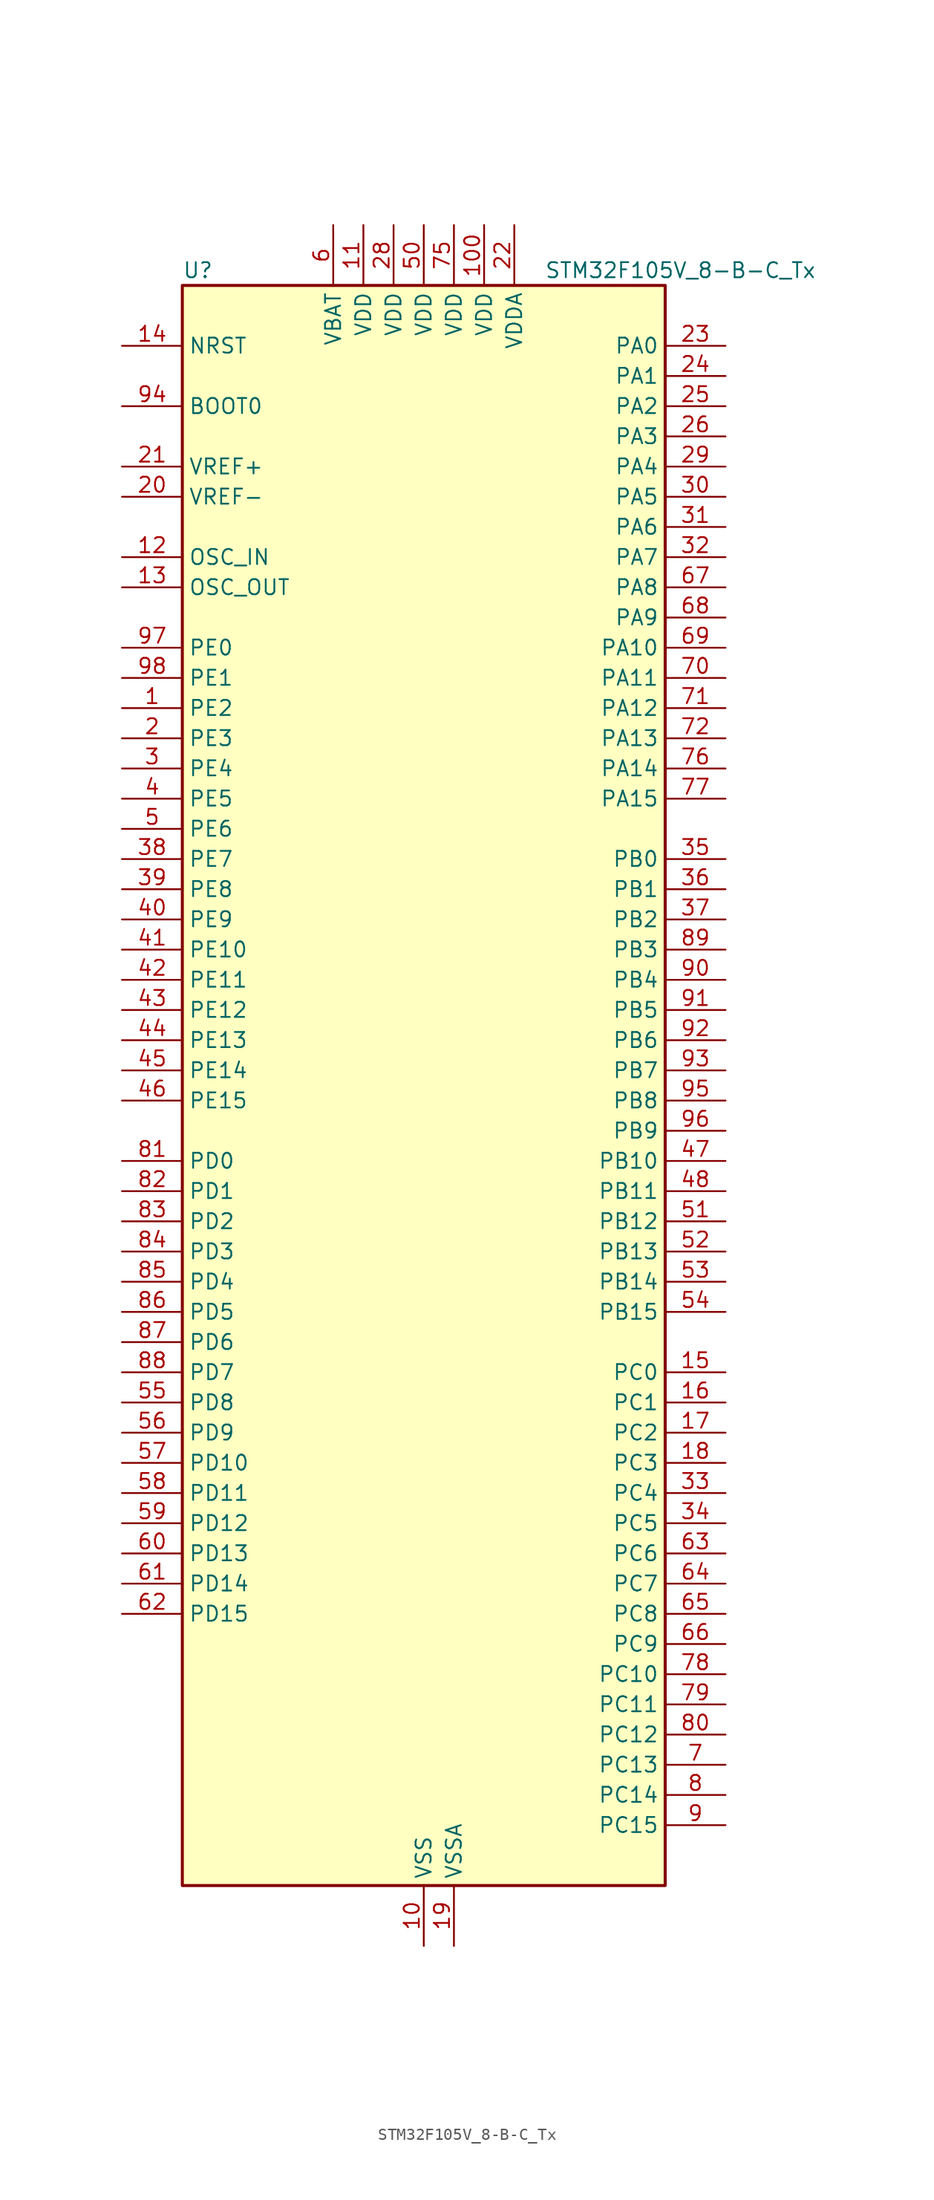
<source format=kicad_sym>
(kicad_symbol_lib
  (version 20241209)
  (generator "kicad_symbol_editor")
  (generator_version "9.0")
  (symbol "STM32F105V_8-B-C_Tx"
    (property "Reference" "U"
      (at -20.32 69.85 0)
      (effects (font (size 1.27 1.27)) (justify left)))
    (property "Value" "STM32F105V_8-B-C_Tx"
      (at 10.16 69.85 0)
      (effects (font (size 1.27 1.27)) (justify left)))
    (symbol "STM32F105V_8-B-C_Tx_0_1"
      (rectangle (start -20.32 -66.04) (end 20.32 68.58) (stroke (width 0.254) (type default)) (fill (type background))))
    (symbol "STM32F105V_8-B-C_Tx_1_1"
      (pin input line (at -25.4 63.5 0) (length 5.08) (name "NRST" (effects (font (size 1.27 1.27)))) (number "14" (effects (font (size 1.27 1.27)))))
      (pin input line (at -25.4 58.42 0) (length 5.08) (name "BOOT0" (effects (font (size 1.27 1.27)))) (number "94" (effects (font (size 1.27 1.27)))))
      (pin input line (at -25.4 53.34 0) (length 5.08) (name "VREF+" (effects (font (size 1.27 1.27)))) (number "21" (effects (font (size 1.27 1.27)))))
      (pin input line (at -25.4 50.8 0) (length 5.08) (name "VREF-" (effects (font (size 1.27 1.27)))) (number "20" (effects (font (size 1.27 1.27)))))
      (pin input line (at -25.4 45.72 0) (length 5.08) (name "OSC_IN" (effects (font (size 1.27 1.27)))) (number "12" (effects (font (size 1.27 1.27)))) (alternate "RCC_OSC_IN" bidirectional line))
      (pin input line (at -25.4 43.18 0) (length 5.08) (name "OSC_OUT" (effects (font (size 1.27 1.27)))) (number "13" (effects (font (size 1.27 1.27)))) (alternate "RCC_OSC_OUT" bidirectional line))
      (pin bidirectional line (at -25.4 38.1 0) (length 5.08) (name "PE0" (effects (font (size 1.27 1.27)))) (number "97" (effects (font (size 1.27 1.27)))) (alternate "TIM4_ETR" bidirectional line))
      (pin bidirectional line (at -25.4 35.56 0) (length 5.08) (name "PE1" (effects (font (size 1.27 1.27)))) (number "98" (effects (font (size 1.27 1.27)))))
      (pin bidirectional line (at -25.4 33.02 0) (length 5.08) (name "PE2" (effects (font (size 1.27 1.27)))) (number "1" (effects (font (size 1.27 1.27)))) (alternate "SYS_TRACECLK" bidirectional line))
      (pin bidirectional line (at -25.4 30.48 0) (length 5.08) (name "PE3" (effects (font (size 1.27 1.27)))) (number "2" (effects (font (size 1.27 1.27)))) (alternate "SYS_TRACED0" bidirectional line))
      (pin bidirectional line (at -25.4 27.94 0) (length 5.08) (name "PE4" (effects (font (size 1.27 1.27)))) (number "3" (effects (font (size 1.27 1.27)))) (alternate "SYS_TRACED1" bidirectional line))
      (pin bidirectional line (at -25.4 25.4 0) (length 5.08) (name "PE5" (effects (font (size 1.27 1.27)))) (number "4" (effects (font (size 1.27 1.27)))) (alternate "SYS_TRACED2" bidirectional line))
      (pin bidirectional line (at -25.4 22.86 0) (length 5.08) (name "PE6" (effects (font (size 1.27 1.27)))) (number "5" (effects (font (size 1.27 1.27)))) (alternate "SYS_TRACED3" bidirectional line))
      (pin bidirectional line (at -25.4 20.32 0) (length 5.08) (name "PE7" (effects (font (size 1.27 1.27)))) (number "38" (effects (font (size 1.27 1.27)))) (alternate "TIM1_ETR" bidirectional line))
      (pin bidirectional line (at -25.4 17.78 0) (length 5.08) (name "PE8" (effects (font (size 1.27 1.27)))) (number "39" (effects (font (size 1.27 1.27)))) (alternate "TIM1_CH1N" bidirectional line))
      (pin bidirectional line (at -25.4 15.24 0) (length 5.08) (name "PE9" (effects (font (size 1.27 1.27)))) (number "40" (effects (font (size 1.27 1.27)))) (alternate "DAC_EXTI9" bidirectional line) (alternate "TIM1_CH1" bidirectional line))
      (pin bidirectional line (at -25.4 12.7 0) (length 5.08) (name "PE10" (effects (font (size 1.27 1.27)))) (number "41" (effects (font (size 1.27 1.27)))) (alternate "TIM1_CH2N" bidirectional line))
      (pin bidirectional line (at -25.4 10.16 0) (length 5.08) (name "PE11" (effects (font (size 1.27 1.27)))) (number "42" (effects (font (size 1.27 1.27)))) (alternate "ADC1_EXTI11" bidirectional line) (alternate "ADC2_EXTI11" bidirectional line) (alternate "TIM1_CH2" bidirectional line))
      (pin bidirectional line (at -25.4 7.62 0) (length 5.08) (name "PE12" (effects (font (size 1.27 1.27)))) (number "43" (effects (font (size 1.27 1.27)))) (alternate "TIM1_CH3N" bidirectional line))
      (pin bidirectional line (at -25.4 5.08 0) (length 5.08) (name "PE13" (effects (font (size 1.27 1.27)))) (number "44" (effects (font (size 1.27 1.27)))) (alternate "TIM1_CH3" bidirectional line))
      (pin bidirectional line (at -25.4 2.54 0) (length 5.08) (name "PE14" (effects (font (size 1.27 1.27)))) (number "45" (effects (font (size 1.27 1.27)))) (alternate "TIM1_CH4" bidirectional line))
      (pin bidirectional line (at -25.4 0 0) (length 5.08) (name "PE15" (effects (font (size 1.27 1.27)))) (number "46" (effects (font (size 1.27 1.27)))) (alternate "ADC1_EXTI15" bidirectional line) (alternate "ADC2_EXTI15" bidirectional line) (alternate "TIM1_BKIN" bidirectional line))
      (pin bidirectional line (at -25.4 -5.08 0) (length 5.08) (name "PD0" (effects (font (size 1.27 1.27)))) (number "81" (effects (font (size 1.27 1.27)))) (alternate "CAN1_RX" bidirectional line))
      (pin bidirectional line (at -25.4 -7.62 0) (length 5.08) (name "PD1" (effects (font (size 1.27 1.27)))) (number "82" (effects (font (size 1.27 1.27)))) (alternate "CAN1_TX" bidirectional line))
      (pin bidirectional line (at -25.4 -10.16 0) (length 5.08) (name "PD2" (effects (font (size 1.27 1.27)))) (number "83" (effects (font (size 1.27 1.27)))) (alternate "TIM3_ETR" bidirectional line) (alternate "UART5_RX" bidirectional line))
      (pin bidirectional line (at -25.4 -12.7 0) (length 5.08) (name "PD3" (effects (font (size 1.27 1.27)))) (number "84" (effects (font (size 1.27 1.27)))) (alternate "USART2_CTS" bidirectional line))
      (pin bidirectional line (at -25.4 -15.24 0) (length 5.08) (name "PD4" (effects (font (size 1.27 1.27)))) (number "85" (effects (font (size 1.27 1.27)))) (alternate "USART2_RTS" bidirectional line))
      (pin bidirectional line (at -25.4 -17.78 0) (length 5.08) (name "PD5" (effects (font (size 1.27 1.27)))) (number "86" (effects (font (size 1.27 1.27)))) (alternate "USART2_TX" bidirectional line))
      (pin bidirectional line (at -25.4 -20.32 0) (length 5.08) (name "PD6" (effects (font (size 1.27 1.27)))) (number "87" (effects (font (size 1.27 1.27)))) (alternate "USART2_RX" bidirectional line))
      (pin bidirectional line (at -25.4 -22.86 0) (length 5.08) (name "PD7" (effects (font (size 1.27 1.27)))) (number "88" (effects (font (size 1.27 1.27)))) (alternate "USART2_CK" bidirectional line))
      (pin bidirectional line (at -25.4 -25.4 0) (length 5.08) (name "PD8" (effects (font (size 1.27 1.27)))) (number "55" (effects (font (size 1.27 1.27)))) (alternate "USART3_TX" bidirectional line))
      (pin bidirectional line (at -25.4 -27.94 0) (length 5.08) (name "PD9" (effects (font (size 1.27 1.27)))) (number "56" (effects (font (size 1.27 1.27)))) (alternate "DAC_EXTI9" bidirectional line) (alternate "USART3_RX" bidirectional line))
      (pin bidirectional line (at -25.4 -30.48 0) (length 5.08) (name "PD10" (effects (font (size 1.27 1.27)))) (number "57" (effects (font (size 1.27 1.27)))) (alternate "USART3_CK" bidirectional line))
      (pin bidirectional line (at -25.4 -33.02 0) (length 5.08) (name "PD11" (effects (font (size 1.27 1.27)))) (number "58" (effects (font (size 1.27 1.27)))) (alternate "ADC1_EXTI11" bidirectional line) (alternate "ADC2_EXTI11" bidirectional line) (alternate "USART3_CTS" bidirectional line))
      (pin bidirectional line (at -25.4 -35.56 0) (length 5.08) (name "PD12" (effects (font (size 1.27 1.27)))) (number "59" (effects (font (size 1.27 1.27)))) (alternate "TIM4_CH1" bidirectional line) (alternate "USART3_RTS" bidirectional line))
      (pin bidirectional line (at -25.4 -38.1 0) (length 5.08) (name "PD13" (effects (font (size 1.27 1.27)))) (number "60" (effects (font (size 1.27 1.27)))) (alternate "TIM4_CH2" bidirectional line))
      (pin bidirectional line (at -25.4 -40.64 0) (length 5.08) (name "PD14" (effects (font (size 1.27 1.27)))) (number "61" (effects (font (size 1.27 1.27)))) (alternate "TIM4_CH3" bidirectional line))
      (pin bidirectional line (at -25.4 -43.18 0) (length 5.08) (name "PD15" (effects (font (size 1.27 1.27)))) (number "62" (effects (font (size 1.27 1.27)))) (alternate "ADC1_EXTI15" bidirectional line) (alternate "ADC2_EXTI15" bidirectional line) (alternate "TIM4_CH4" bidirectional line))
      (pin no_connect line (at -20.32 -66.04 0) (length 5.08) (hide yes) (name "NC" (effects (font (size 1.27 1.27)))) (number "73" (effects (font (size 1.27 1.27)))))
      (pin power_in line (at -7.62 73.66 270) (length 5.08) (name "VBAT" (effects (font (size 1.27 1.27)))) (number "6" (effects (font (size 1.27 1.27)))))
      (pin power_in line (at -5.08 73.66 270) (length 5.08) (name "VDD" (effects (font (size 1.27 1.27)))) (number "11" (effects (font (size 1.27 1.27)))))
      (pin power_in line (at -2.54 73.66 270) (length 5.08) (name "VDD" (effects (font (size 1.27 1.27)))) (number "28" (effects (font (size 1.27 1.27)))))
      (pin power_in line (at 0 73.66 270) (length 5.08) (name "VDD" (effects (font (size 1.27 1.27)))) (number "50" (effects (font (size 1.27 1.27)))))
      (pin power_in line (at 0 -71.12 90) (length 5.08) (name "VSS" (effects (font (size 1.27 1.27)))) (number "10" (effects (font (size 1.27 1.27)))))
      (pin passive line (at 0 -71.12 90) (length 5.08) (hide yes) (name "VSS" (effects (font (size 1.27 1.27)))) (number "27" (effects (font (size 1.27 1.27)))))
      (pin passive line (at 0 -71.12 90) (length 5.08) (hide yes) (name "VSS" (effects (font (size 1.27 1.27)))) (number "49" (effects (font (size 1.27 1.27)))))
      (pin passive line (at 0 -71.12 90) (length 5.08) (hide yes) (name "VSS" (effects (font (size 1.27 1.27)))) (number "74" (effects (font (size 1.27 1.27)))))
      (pin passive line (at 0 -71.12 90) (length 5.08) (hide yes) (name "VSS" (effects (font (size 1.27 1.27)))) (number "99" (effects (font (size 1.27 1.27)))))
      (pin power_in line (at 2.54 73.66 270) (length 5.08) (name "VDD" (effects (font (size 1.27 1.27)))) (number "75" (effects (font (size 1.27 1.27)))))
      (pin power_in line (at 2.54 -71.12 90) (length 5.08) (name "VSSA" (effects (font (size 1.27 1.27)))) (number "19" (effects (font (size 1.27 1.27)))))
      (pin power_in line (at 5.08 73.66 270) (length 5.08) (name "VDD" (effects (font (size 1.27 1.27)))) (number "100" (effects (font (size 1.27 1.27)))))
      (pin power_in line (at 7.62 73.66 270) (length 5.08) (name "VDDA" (effects (font (size 1.27 1.27)))) (number "22" (effects (font (size 1.27 1.27)))))
      (pin bidirectional line (at 25.4 63.5 180) (length 5.08) (name "PA0" (effects (font (size 1.27 1.27)))) (number "23" (effects (font (size 1.27 1.27)))) (alternate "ADC1_IN0" bidirectional line) (alternate "ADC2_IN0" bidirectional line) (alternate "SYS_WKUP" bidirectional line) (alternate "TIM2_CH1" bidirectional line) (alternate "TIM2_ETR" bidirectional line) (alternate "TIM5_CH1" bidirectional line) (alternate "USART2_CTS" bidirectional line))
      (pin bidirectional line (at 25.4 60.96 180) (length 5.08) (name "PA1" (effects (font (size 1.27 1.27)))) (number "24" (effects (font (size 1.27 1.27)))) (alternate "ADC1_IN1" bidirectional line) (alternate "ADC2_IN1" bidirectional line) (alternate "TIM2_CH2" bidirectional line) (alternate "TIM5_CH2" bidirectional line) (alternate "USART2_RTS" bidirectional line))
      (pin bidirectional line (at 25.4 58.42 180) (length 5.08) (name "PA2" (effects (font (size 1.27 1.27)))) (number "25" (effects (font (size 1.27 1.27)))) (alternate "ADC1_IN2" bidirectional line) (alternate "ADC2_IN2" bidirectional line) (alternate "TIM2_CH3" bidirectional line) (alternate "TIM5_CH3" bidirectional line) (alternate "USART2_TX" bidirectional line))
      (pin bidirectional line (at 25.4 55.88 180) (length 5.08) (name "PA3" (effects (font (size 1.27 1.27)))) (number "26" (effects (font (size 1.27 1.27)))) (alternate "ADC1_IN3" bidirectional line) (alternate "ADC2_IN3" bidirectional line) (alternate "TIM2_CH4" bidirectional line) (alternate "TIM5_CH4" bidirectional line) (alternate "USART2_RX" bidirectional line))
      (pin bidirectional line (at 25.4 53.34 180) (length 5.08) (name "PA4" (effects (font (size 1.27 1.27)))) (number "29" (effects (font (size 1.27 1.27)))) (alternate "ADC1_IN4" bidirectional line) (alternate "ADC2_IN4" bidirectional line) (alternate "DAC_OUT1" bidirectional line) (alternate "I2S3_WS" bidirectional line) (alternate "SPI1_NSS" bidirectional line) (alternate "SPI3_NSS" bidirectional line) (alternate "USART2_CK" bidirectional line))
      (pin bidirectional line (at 25.4 50.8 180) (length 5.08) (name "PA5" (effects (font (size 1.27 1.27)))) (number "30" (effects (font (size 1.27 1.27)))) (alternate "ADC1_IN5" bidirectional line) (alternate "ADC2_IN5" bidirectional line) (alternate "DAC_OUT2" bidirectional line) (alternate "SPI1_SCK" bidirectional line))
      (pin bidirectional line (at 25.4 48.26 180) (length 5.08) (name "PA6" (effects (font (size 1.27 1.27)))) (number "31" (effects (font (size 1.27 1.27)))) (alternate "ADC1_IN6" bidirectional line) (alternate "ADC2_IN6" bidirectional line) (alternate "SPI1_MISO" bidirectional line) (alternate "TIM1_BKIN" bidirectional line) (alternate "TIM3_CH1" bidirectional line))
      (pin bidirectional line (at 25.4 45.72 180) (length 5.08) (name "PA7" (effects (font (size 1.27 1.27)))) (number "32" (effects (font (size 1.27 1.27)))) (alternate "ADC1_IN7" bidirectional line) (alternate "ADC2_IN7" bidirectional line) (alternate "SPI1_MOSI" bidirectional line) (alternate "TIM1_CH1N" bidirectional line) (alternate "TIM3_CH2" bidirectional line))
      (pin bidirectional line (at 25.4 43.18 180) (length 5.08) (name "PA8" (effects (font (size 1.27 1.27)))) (number "67" (effects (font (size 1.27 1.27)))) (alternate "RCC_MCO" bidirectional line) (alternate "TIM1_CH1" bidirectional line) (alternate "USART1_CK" bidirectional line) (alternate "USB_OTG_FS_SOF" bidirectional line))
      (pin bidirectional line (at 25.4 40.64 180) (length 5.08) (name "PA9" (effects (font (size 1.27 1.27)))) (number "68" (effects (font (size 1.27 1.27)))) (alternate "DAC_EXTI9" bidirectional line) (alternate "TIM1_CH2" bidirectional line) (alternate "USART1_TX" bidirectional line) (alternate "USB_OTG_FS_VBUS" bidirectional line))
      (pin bidirectional line (at 25.4 38.1 180) (length 5.08) (name "PA10" (effects (font (size 1.27 1.27)))) (number "69" (effects (font (size 1.27 1.27)))) (alternate "TIM1_CH3" bidirectional line) (alternate "USART1_RX" bidirectional line) (alternate "USB_OTG_FS_ID" bidirectional line))
      (pin bidirectional line (at 25.4 35.56 180) (length 5.08) (name "PA11" (effects (font (size 1.27 1.27)))) (number "70" (effects (font (size 1.27 1.27)))) (alternate "ADC1_EXTI11" bidirectional line) (alternate "ADC2_EXTI11" bidirectional line) (alternate "CAN1_RX" bidirectional line) (alternate "TIM1_CH4" bidirectional line) (alternate "USART1_CTS" bidirectional line) (alternate "USB_OTG_FS_DM" bidirectional line))
      (pin bidirectional line (at 25.4 33.02 180) (length 5.08) (name "PA12" (effects (font (size 1.27 1.27)))) (number "71" (effects (font (size 1.27 1.27)))) (alternate "CAN1_TX" bidirectional line) (alternate "TIM1_ETR" bidirectional line) (alternate "USART1_RTS" bidirectional line) (alternate "USB_OTG_FS_DP" bidirectional line))
      (pin bidirectional line (at 25.4 30.48 180) (length 5.08) (name "PA13" (effects (font (size 1.27 1.27)))) (number "72" (effects (font (size 1.27 1.27)))) (alternate "SYS_JTMS-SWDIO" bidirectional line))
      (pin bidirectional line (at 25.4 27.94 180) (length 5.08) (name "PA14" (effects (font (size 1.27 1.27)))) (number "76" (effects (font (size 1.27 1.27)))) (alternate "SYS_JTCK-SWCLK" bidirectional line))
      (pin bidirectional line (at 25.4 25.4 180) (length 5.08) (name "PA15" (effects (font (size 1.27 1.27)))) (number "77" (effects (font (size 1.27 1.27)))) (alternate "ADC1_EXTI15" bidirectional line) (alternate "ADC2_EXTI15" bidirectional line) (alternate "I2S3_WS" bidirectional line) (alternate "SPI1_NSS" bidirectional line) (alternate "SPI3_NSS" bidirectional line) (alternate "SYS_JTDI" bidirectional line) (alternate "TIM2_CH1" bidirectional line) (alternate "TIM2_ETR" bidirectional line))
      (pin bidirectional line (at 25.4 20.32 180) (length 5.08) (name "PB0" (effects (font (size 1.27 1.27)))) (number "35" (effects (font (size 1.27 1.27)))) (alternate "ADC1_IN8" bidirectional line) (alternate "ADC2_IN8" bidirectional line) (alternate "TIM1_CH2N" bidirectional line) (alternate "TIM3_CH3" bidirectional line))
      (pin bidirectional line (at 25.4 17.78 180) (length 5.08) (name "PB1" (effects (font (size 1.27 1.27)))) (number "36" (effects (font (size 1.27 1.27)))) (alternate "ADC1_IN9" bidirectional line) (alternate "ADC2_IN9" bidirectional line) (alternate "TIM1_CH3N" bidirectional line) (alternate "TIM3_CH4" bidirectional line))
      (pin bidirectional line (at 25.4 15.24 180) (length 5.08) (name "PB2" (effects (font (size 1.27 1.27)))) (number "37" (effects (font (size 1.27 1.27)))))
      (pin bidirectional line (at 25.4 12.7 180) (length 5.08) (name "PB3" (effects (font (size 1.27 1.27)))) (number "89" (effects (font (size 1.27 1.27)))) (alternate "I2S3_CK" bidirectional line) (alternate "SPI1_SCK" bidirectional line) (alternate "SPI3_SCK" bidirectional line) (alternate "SYS_JTDO" bidirectional line) (alternate "SYS_TRACESWO" bidirectional line) (alternate "TIM2_CH2" bidirectional line))
      (pin bidirectional line (at 25.4 10.16 180) (length 5.08) (name "PB4" (effects (font (size 1.27 1.27)))) (number "90" (effects (font (size 1.27 1.27)))) (alternate "SPI1_MISO" bidirectional line) (alternate "SPI3_MISO" bidirectional line) (alternate "SYS_NJTRST" bidirectional line) (alternate "TIM3_CH1" bidirectional line))
      (pin bidirectional line (at 25.4 7.62 180) (length 5.08) (name "PB5" (effects (font (size 1.27 1.27)))) (number "91" (effects (font (size 1.27 1.27)))) (alternate "CAN2_RX" bidirectional line) (alternate "I2C1_SMBA" bidirectional line) (alternate "I2S3_SD" bidirectional line) (alternate "SPI1_MOSI" bidirectional line) (alternate "SPI3_MOSI" bidirectional line) (alternate "TIM3_CH2" bidirectional line))
      (pin bidirectional line (at 25.4 5.08 180) (length 5.08) (name "PB6" (effects (font (size 1.27 1.27)))) (number "92" (effects (font (size 1.27 1.27)))) (alternate "CAN2_TX" bidirectional line) (alternate "I2C1_SCL" bidirectional line) (alternate "TIM4_CH1" bidirectional line) (alternate "USART1_TX" bidirectional line))
      (pin bidirectional line (at 25.4 2.54 180) (length 5.08) (name "PB7" (effects (font (size 1.27 1.27)))) (number "93" (effects (font (size 1.27 1.27)))) (alternate "I2C1_SDA" bidirectional line) (alternate "TIM4_CH2" bidirectional line) (alternate "USART1_RX" bidirectional line))
      (pin bidirectional line (at 25.4 0 180) (length 5.08) (name "PB8" (effects (font (size 1.27 1.27)))) (number "95" (effects (font (size 1.27 1.27)))) (alternate "CAN1_RX" bidirectional line) (alternate "I2C1_SCL" bidirectional line) (alternate "TIM4_CH3" bidirectional line))
      (pin bidirectional line (at 25.4 -2.54 180) (length 5.08) (name "PB9" (effects (font (size 1.27 1.27)))) (number "96" (effects (font (size 1.27 1.27)))) (alternate "CAN1_TX" bidirectional line) (alternate "DAC_EXTI9" bidirectional line) (alternate "I2C1_SDA" bidirectional line) (alternate "TIM4_CH4" bidirectional line))
      (pin bidirectional line (at 25.4 -5.08 180) (length 5.08) (name "PB10" (effects (font (size 1.27 1.27)))) (number "47" (effects (font (size 1.27 1.27)))) (alternate "I2C2_SCL" bidirectional line) (alternate "TIM2_CH3" bidirectional line) (alternate "USART3_TX" bidirectional line))
      (pin bidirectional line (at 25.4 -7.62 180) (length 5.08) (name "PB11" (effects (font (size 1.27 1.27)))) (number "48" (effects (font (size 1.27 1.27)))) (alternate "ADC1_EXTI11" bidirectional line) (alternate "ADC2_EXTI11" bidirectional line) (alternate "I2C2_SDA" bidirectional line) (alternate "TIM2_CH4" bidirectional line) (alternate "USART3_RX" bidirectional line))
      (pin bidirectional line (at 25.4 -10.16 180) (length 5.08) (name "PB12" (effects (font (size 1.27 1.27)))) (number "51" (effects (font (size 1.27 1.27)))) (alternate "CAN2_RX" bidirectional line) (alternate "I2C2_SMBA" bidirectional line) (alternate "I2S2_WS" bidirectional line) (alternate "SPI2_NSS" bidirectional line) (alternate "TIM1_BKIN" bidirectional line) (alternate "USART3_CK" bidirectional line))
      (pin bidirectional line (at 25.4 -12.7 180) (length 5.08) (name "PB13" (effects (font (size 1.27 1.27)))) (number "52" (effects (font (size 1.27 1.27)))) (alternate "CAN2_TX" bidirectional line) (alternate "I2S2_CK" bidirectional line) (alternate "SPI2_SCK" bidirectional line) (alternate "TIM1_CH1N" bidirectional line) (alternate "USART3_CTS" bidirectional line))
      (pin bidirectional line (at 25.4 -15.24 180) (length 5.08) (name "PB14" (effects (font (size 1.27 1.27)))) (number "53" (effects (font (size 1.27 1.27)))) (alternate "SPI2_MISO" bidirectional line) (alternate "TIM1_CH2N" bidirectional line) (alternate "USART3_RTS" bidirectional line))
      (pin bidirectional line (at 25.4 -17.78 180) (length 5.08) (name "PB15" (effects (font (size 1.27 1.27)))) (number "54" (effects (font (size 1.27 1.27)))) (alternate "ADC1_EXTI15" bidirectional line) (alternate "ADC2_EXTI15" bidirectional line) (alternate "I2S2_SD" bidirectional line) (alternate "SPI2_MOSI" bidirectional line) (alternate "TIM1_CH3N" bidirectional line))
      (pin bidirectional line (at 25.4 -22.86 180) (length 5.08) (name "PC0" (effects (font (size 1.27 1.27)))) (number "15" (effects (font (size 1.27 1.27)))) (alternate "ADC1_IN10" bidirectional line) (alternate "ADC2_IN10" bidirectional line))
      (pin bidirectional line (at 25.4 -25.4 180) (length 5.08) (name "PC1" (effects (font (size 1.27 1.27)))) (number "16" (effects (font (size 1.27 1.27)))) (alternate "ADC1_IN11" bidirectional line) (alternate "ADC2_IN11" bidirectional line))
      (pin bidirectional line (at 25.4 -27.94 180) (length 5.08) (name "PC2" (effects (font (size 1.27 1.27)))) (number "17" (effects (font (size 1.27 1.27)))) (alternate "ADC1_IN12" bidirectional line) (alternate "ADC2_IN12" bidirectional line))
      (pin bidirectional line (at 25.4 -30.48 180) (length 5.08) (name "PC3" (effects (font (size 1.27 1.27)))) (number "18" (effects (font (size 1.27 1.27)))) (alternate "ADC1_IN13" bidirectional line) (alternate "ADC2_IN13" bidirectional line))
      (pin bidirectional line (at 25.4 -33.02 180) (length 5.08) (name "PC4" (effects (font (size 1.27 1.27)))) (number "33" (effects (font (size 1.27 1.27)))) (alternate "ADC1_IN14" bidirectional line) (alternate "ADC2_IN14" bidirectional line))
      (pin bidirectional line (at 25.4 -35.56 180) (length 5.08) (name "PC5" (effects (font (size 1.27 1.27)))) (number "34" (effects (font (size 1.27 1.27)))) (alternate "ADC1_IN15" bidirectional line) (alternate "ADC2_IN15" bidirectional line))
      (pin bidirectional line (at 25.4 -38.1 180) (length 5.08) (name "PC6" (effects (font (size 1.27 1.27)))) (number "63" (effects (font (size 1.27 1.27)))) (alternate "I2S2_MCK" bidirectional line) (alternate "TIM3_CH1" bidirectional line))
      (pin bidirectional line (at 25.4 -40.64 180) (length 5.08) (name "PC7" (effects (font (size 1.27 1.27)))) (number "64" (effects (font (size 1.27 1.27)))) (alternate "I2S3_MCK" bidirectional line) (alternate "TIM3_CH2" bidirectional line))
      (pin bidirectional line (at 25.4 -43.18 180) (length 5.08) (name "PC8" (effects (font (size 1.27 1.27)))) (number "65" (effects (font (size 1.27 1.27)))) (alternate "TIM3_CH3" bidirectional line))
      (pin bidirectional line (at 25.4 -45.72 180) (length 5.08) (name "PC9" (effects (font (size 1.27 1.27)))) (number "66" (effects (font (size 1.27 1.27)))) (alternate "DAC_EXTI9" bidirectional line) (alternate "TIM3_CH4" bidirectional line))
      (pin bidirectional line (at 25.4 -48.26 180) (length 5.08) (name "PC10" (effects (font (size 1.27 1.27)))) (number "78" (effects (font (size 1.27 1.27)))) (alternate "I2S3_CK" bidirectional line) (alternate "SPI3_SCK" bidirectional line) (alternate "UART4_TX" bidirectional line) (alternate "USART3_TX" bidirectional line))
      (pin bidirectional line (at 25.4 -50.8 180) (length 5.08) (name "PC11" (effects (font (size 1.27 1.27)))) (number "79" (effects (font (size 1.27 1.27)))) (alternate "ADC1_EXTI11" bidirectional line) (alternate "ADC2_EXTI11" bidirectional line) (alternate "SPI3_MISO" bidirectional line) (alternate "UART4_RX" bidirectional line) (alternate "USART3_RX" bidirectional line))
      (pin bidirectional line (at 25.4 -53.34 180) (length 5.08) (name "PC12" (effects (font (size 1.27 1.27)))) (number "80" (effects (font (size 1.27 1.27)))) (alternate "I2S3_SD" bidirectional line) (alternate "SPI3_MOSI" bidirectional line) (alternate "UART5_TX" bidirectional line) (alternate "USART3_CK" bidirectional line))
      (pin bidirectional line (at 25.4 -55.88 180) (length 5.08) (name "PC13" (effects (font (size 1.27 1.27)))) (number "7" (effects (font (size 1.27 1.27)))) (alternate "RTC_OUT" bidirectional line) (alternate "RTC_TAMPER" bidirectional line))
      (pin bidirectional line (at 25.4 -58.42 180) (length 5.08) (name "PC14" (effects (font (size 1.27 1.27)))) (number "8" (effects (font (size 1.27 1.27)))) (alternate "RCC_OSC32_IN" bidirectional line))
      (pin bidirectional line (at 25.4 -60.96 180) (length 5.08) (name "PC15" (effects (font (size 1.27 1.27)))) (number "9" (effects (font (size 1.27 1.27)))) (alternate "ADC1_EXTI15" bidirectional line) (alternate "ADC2_EXTI15" bidirectional line) (alternate "RCC_OSC32_OUT" bidirectional line)))))
</source>
